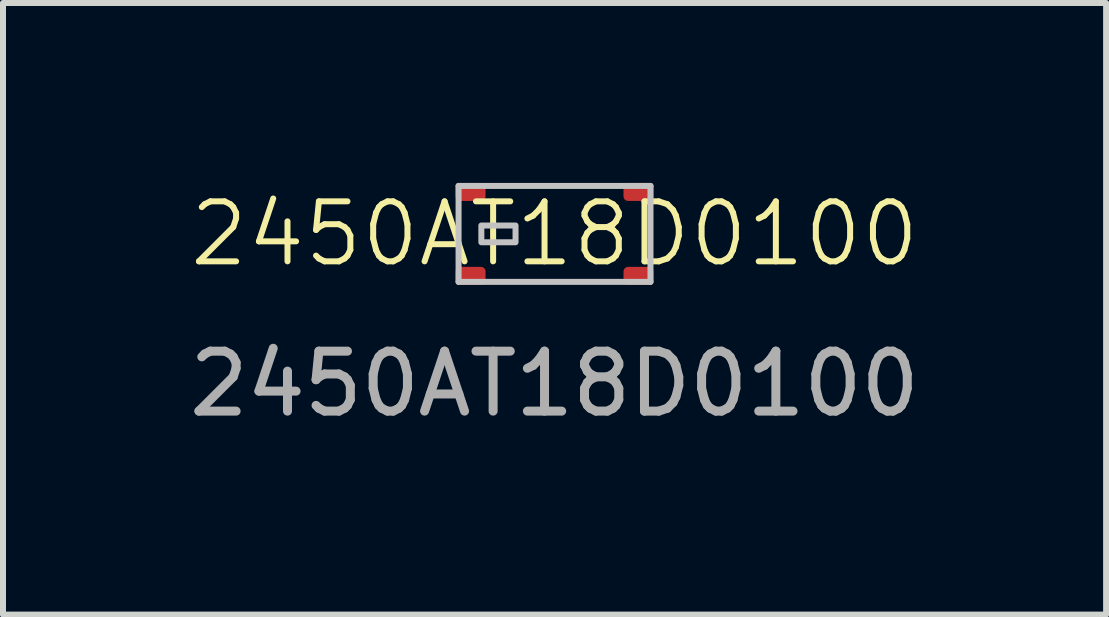
<source format=kicad_pcb>
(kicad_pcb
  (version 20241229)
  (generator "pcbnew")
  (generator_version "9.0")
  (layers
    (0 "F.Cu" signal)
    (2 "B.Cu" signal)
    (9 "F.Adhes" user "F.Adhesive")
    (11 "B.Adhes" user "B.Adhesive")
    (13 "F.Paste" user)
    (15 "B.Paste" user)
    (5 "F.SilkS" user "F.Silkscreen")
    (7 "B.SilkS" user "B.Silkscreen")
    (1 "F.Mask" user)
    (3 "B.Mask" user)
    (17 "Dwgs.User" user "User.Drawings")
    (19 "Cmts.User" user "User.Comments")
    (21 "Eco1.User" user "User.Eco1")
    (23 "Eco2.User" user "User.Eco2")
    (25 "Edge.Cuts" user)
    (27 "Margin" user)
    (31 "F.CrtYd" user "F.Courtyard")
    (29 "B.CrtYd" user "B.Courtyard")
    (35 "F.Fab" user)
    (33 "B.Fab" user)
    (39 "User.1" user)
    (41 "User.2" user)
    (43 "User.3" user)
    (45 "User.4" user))
  (footprint "2450AT18D0100"
    (layer "F.Cu")
    (at 6.196 0.85)
    (property "Reference" "2450AT18D0100" (at 0 0 0) (unlocked yes) (layer "F.SilkS") (effects (font (size 1 1) (thickness 0.1))))
    (attr smd)
    (fp_line (start -1.6 -0.8) (end 1.6 -0.8) (stroke (width 0.1) (type default)) (layer "Dwgs.User"))
    (fp_line (start -1.6 0.8) (end -1.6 -0.8) (stroke (width 0.1) (type default)) (layer "Dwgs.User"))
    (fp_line (start 1.6 -0.8) (end 1.6 0.8) (stroke (width 0.1) (type default)) (layer "Dwgs.User"))
    (fp_line (start 1.6 0.8) (end -1.6 0.8) (stroke (width 0.1) (type default)) (layer "Dwgs.User"))
    (fp_rect (start -0.65 0.14) (end -1.22 -0.14) (stroke (width 0.1) (type solid)) (fill no) (layer "Dwgs.User"))
    (fp_text user "${REFERENCE}" (at 0 2.5 0) (unlocked yes) (layer "F.Fab") (effects (font (size 1 1) (thickness 0.15))))
    (pad "1" smd roundrect (at -1.4 0.7) (size 0.5 0.3) (layers "F.Cu" "F.Mask" "F.Paste") (roundrect_rratio 0.25))
    (pad "2" smd roundrect (at 1.4 0.7) (size 0.5 0.3) (layers "F.Cu" "F.Mask" "F.Paste") (roundrect_rratio 0.25))
    (pad "3" smd roundrect (at 1.4 -0.7) (size 0.5 0.3) (layers "F.Cu" "F.Mask" "F.Paste") (roundrect_rratio 0.25))
    (pad "4" smd roundrect (at -1.4 -0.7) (size 0.5 0.3) (layers "F.Cu" "F.Mask" "F.Paste") (roundrect_rratio 0.25)))
  (gr_rect
    (start -3 -3)
    (end 15.393 7.198)
    (stroke (width 0.1) (type default))
    (fill no)
    (layer "Edge.Cuts")))
</source>
